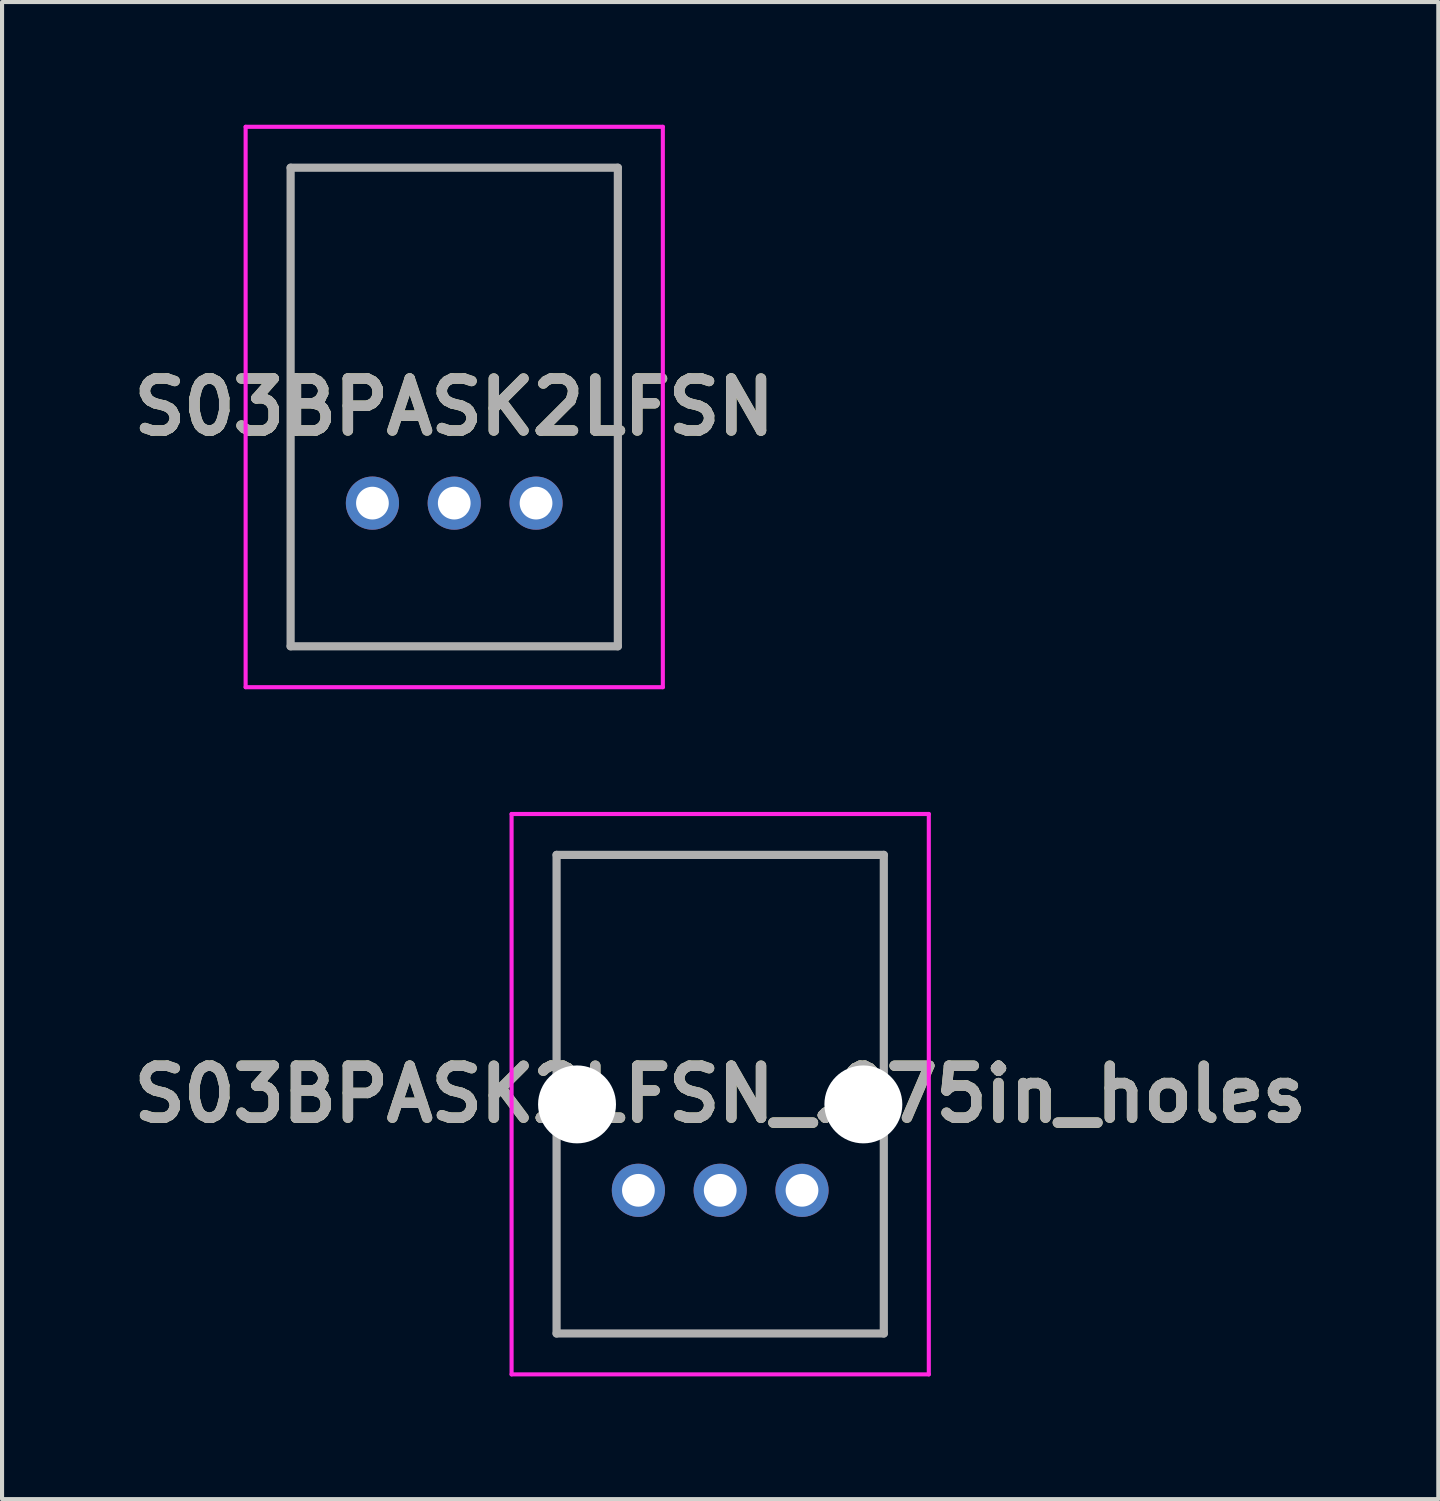
<source format=kicad_pcb>
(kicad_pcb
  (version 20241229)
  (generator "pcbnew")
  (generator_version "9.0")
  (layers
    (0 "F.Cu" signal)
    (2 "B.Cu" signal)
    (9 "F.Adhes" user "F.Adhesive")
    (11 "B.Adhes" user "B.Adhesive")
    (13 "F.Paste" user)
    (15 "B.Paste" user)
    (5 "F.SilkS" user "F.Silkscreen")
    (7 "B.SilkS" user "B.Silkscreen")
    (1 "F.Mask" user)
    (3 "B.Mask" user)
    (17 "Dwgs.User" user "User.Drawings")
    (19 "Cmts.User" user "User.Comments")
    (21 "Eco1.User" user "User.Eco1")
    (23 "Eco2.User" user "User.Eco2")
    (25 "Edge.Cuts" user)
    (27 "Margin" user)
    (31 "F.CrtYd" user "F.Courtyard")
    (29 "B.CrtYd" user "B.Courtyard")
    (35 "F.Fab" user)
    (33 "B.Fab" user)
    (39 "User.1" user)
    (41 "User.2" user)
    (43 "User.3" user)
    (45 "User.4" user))
  (footprint "S03BPASK2LFSN"
    (layer "F.Cu")
    (at 10.055 9.25)
    (property "Reference" "S03BPASK2LFSN" (at -2 -2.35 0) (layer "F.SilkS") (effects (font (size 1.27 1.27) (thickness 0.254))))
    (attr through_hole)
    (fp_line (start -6 -8.2) (end 2 -8.2) (stroke (width 0.1) (type solid)) (layer "F.SilkS"))
    (fp_line (start -6 -3.1) (end -6 -8.2) (stroke (width 0.1) (type solid)) (layer "F.SilkS"))
    (fp_line (start -6 -1.1) (end -6 3.5) (stroke (width 0.1) (type solid)) (layer "F.SilkS"))
    (fp_line (start -6 3.5) (end 2 3.5) (stroke (width 0.1) (type solid)) (layer "F.SilkS"))
    (fp_line (start 2 -8.2) (end 2 -3.1) (stroke (width 0.1) (type solid)) (layer "F.SilkS"))
    (fp_line (start 2 3.5) (end 2 -1.1) (stroke (width 0.1) (type solid)) (layer "F.SilkS"))
    (fp_line (start -7.1 -9.2) (end 3.1 -9.2) (stroke (width 0.1) (type solid)) (layer "F.CrtYd"))
    (fp_line (start -7.1 4.5) (end -7.1 -9.2) (stroke (width 0.1) (type solid)) (layer "F.CrtYd"))
    (fp_line (start 3.1 -9.2) (end 3.1 4.5) (stroke (width 0.1) (type solid)) (layer "F.CrtYd"))
    (fp_line (start 3.1 4.5) (end -7.1 4.5) (stroke (width 0.1) (type solid)) (layer "F.CrtYd"))
    (fp_line (start -6 -8.2) (end 2 -8.2) (stroke (width 0.2) (type solid)) (layer "F.Fab"))
    (fp_line (start -6 3.5) (end -6 -8.2) (stroke (width 0.2) (type solid)) (layer "F.Fab"))
    (fp_line (start 2 -8.2) (end 2 3.5) (stroke (width 0.2) (type solid)) (layer "F.Fab"))
    (fp_line (start 2 3.5) (end -6 3.5) (stroke (width 0.2) (type solid)) (layer "F.Fab"))
    (fp_text user "${REFERENCE}" (at -2 -2.35 0) (layer "F.Fab") (effects (font (size 1.27 1.27) (thickness 0.254))))
    (pad "" np_thru_hole circle (at -5.5 -2.1) (size 0.001 0.001) (drill 1.2) (layers "*.Cu" "*.Mask"))
    (pad "" np_thru_hole circle (at 1.5 -2.1) (size 0.001 0.001) (drill 1.2) (layers "*.Cu" "*.Mask"))
    (pad "1" thru_hole circle (at 0 0) (size 1.3 1.3) (drill 0.8) (layers "*.Cu" "*.Mask"))
    (pad "2" thru_hole circle (at -2 0) (size 1.3 1.3) (drill 0.8) (layers "*.Cu" "*.Mask"))
    (pad "3" thru_hole circle (at -4 0) (size 1.3 1.3) (drill 0.8) (layers "*.Cu" "*.Mask")))
  (footprint "S03BPASK2LFSN_.075in_holes"
    (layer "F.Cu")
    (at 16.557 26.05)
    (property "Reference" "S03BPASK2LFSN_.075in_holes" (at -2 -2.35 0) (layer "F.SilkS") (effects (font (size 1.27 1.27) (thickness 0.254))))
    (attr through_hole)
    (fp_line (start -6 -8.2) (end 2 -8.2) (stroke (width 0.1) (type solid)) (layer "F.SilkS"))
    (fp_line (start -6 -3.1) (end -6 -8.2) (stroke (width 0.1) (type solid)) (layer "F.SilkS"))
    (fp_line (start -6 -1.1) (end -6 3.5) (stroke (width 0.1) (type solid)) (layer "F.SilkS"))
    (fp_line (start -6 3.5) (end 2 3.5) (stroke (width 0.1) (type solid)) (layer "F.SilkS"))
    (fp_line (start 2 -8.2) (end 2 -3.1) (stroke (width 0.1) (type solid)) (layer "F.SilkS"))
    (fp_line (start 2 3.5) (end 2 -1.1) (stroke (width 0.1) (type solid)) (layer "F.SilkS"))
    (fp_line (start -7.1 -9.2) (end 3.1 -9.2) (stroke (width 0.1) (type solid)) (layer "F.CrtYd"))
    (fp_line (start -7.1 4.5) (end -7.1 -9.2) (stroke (width 0.1) (type solid)) (layer "F.CrtYd"))
    (fp_line (start 3.1 -9.2) (end 3.1 4.5) (stroke (width 0.1) (type solid)) (layer "F.CrtYd"))
    (fp_line (start 3.1 4.5) (end -7.1 4.5) (stroke (width 0.1) (type solid)) (layer "F.CrtYd"))
    (fp_line (start -6 -8.2) (end 2 -8.2) (stroke (width 0.2) (type solid)) (layer "F.Fab"))
    (fp_line (start -6 3.5) (end -6 -8.2) (stroke (width 0.2) (type solid)) (layer "F.Fab"))
    (fp_line (start 2 -8.2) (end 2 3.5) (stroke (width 0.2) (type solid)) (layer "F.Fab"))
    (fp_line (start 2 3.5) (end -6 3.5) (stroke (width 0.2) (type solid)) (layer "F.Fab"))
    (fp_text user "${REFERENCE}" (at -2 -2.35 0) (layer "F.Fab") (effects (font (size 1.27 1.27) (thickness 0.254))))
    (pad "" np_thru_hole circle (at -5.5 -2.1) (size 1.905 1.905) (drill 1.905) (layers "*.Cu" "*.Mask"))
    (pad "" np_thru_hole circle (at 1.5 -2.1) (size 1.905 1.905) (drill 1.905) (layers "*.Cu" "*.Mask"))
    (pad "1" thru_hole circle (at 0 0) (size 1.3 1.3) (drill 0.8) (layers "*.Cu" "*.Mask"))
    (pad "2" thru_hole circle (at -2 0) (size 1.3 1.3) (drill 0.8) (layers "*.Cu" "*.Mask"))
    (pad "3" thru_hole circle (at -4 0) (size 1.3 1.3) (drill 0.8) (layers "*.Cu" "*.Mask")))
  (gr_rect
    (start -3 -3)
    (end 32.113 33.6)
    (stroke (width 0.1) (type default))
    (fill no)
    (layer "Edge.Cuts")))
</source>
